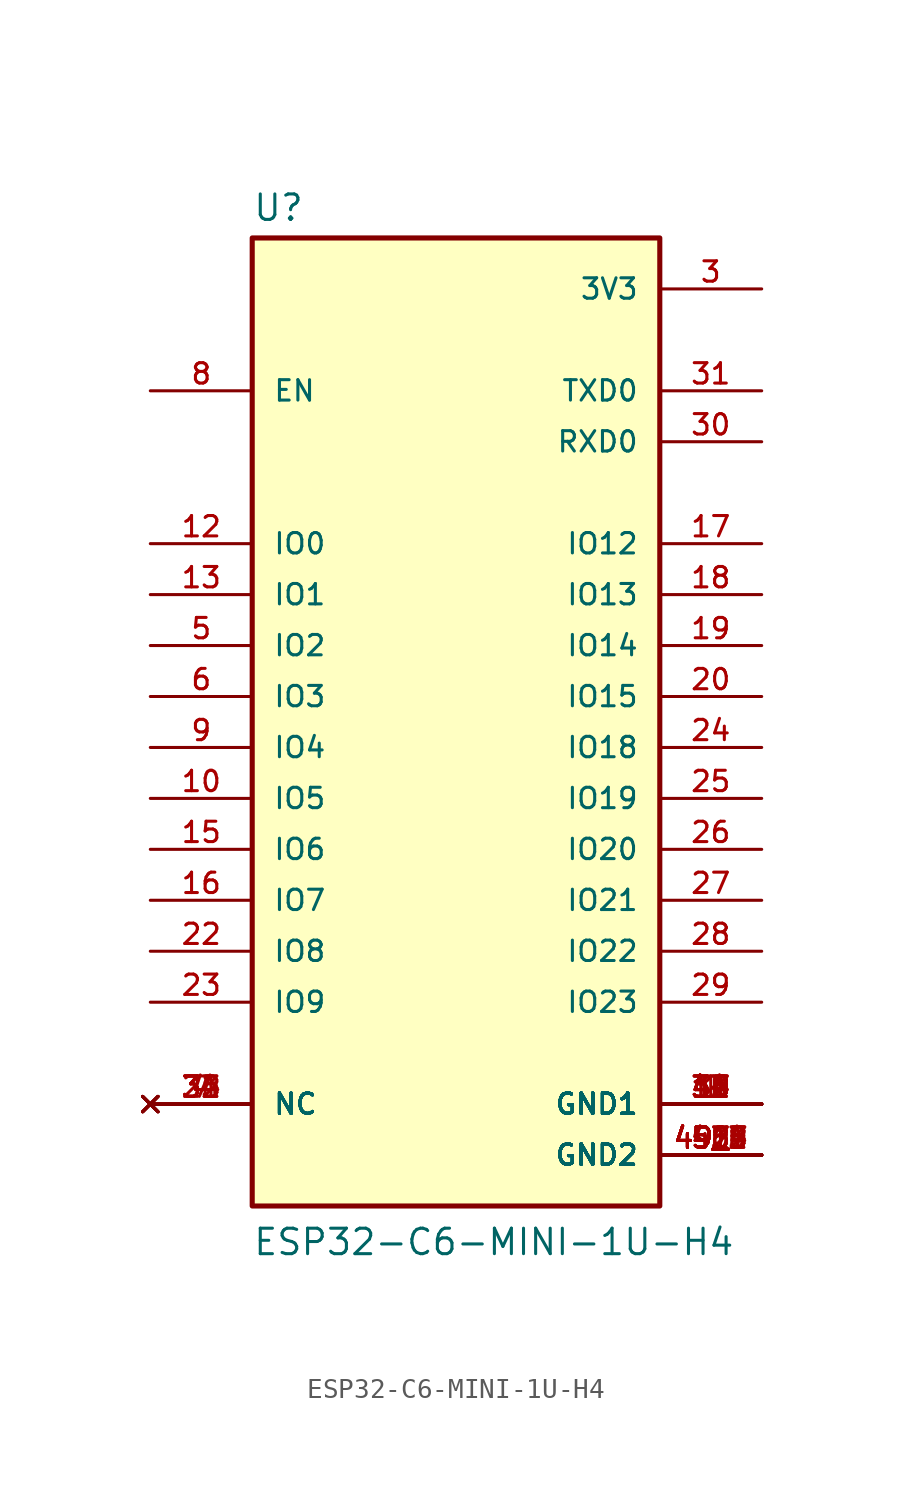
<source format=kicad_sym>
(kicad_symbol_lib
  (version 20211014)
  (generator kicad_symbol_editor)
  (symbol "ESP32-C6-MINI-1U-H4"
    (pin_names
      (offset 1.016))
    (property "Reference" "U"
      (at -10.16 23.622 0)
      (effects (font (size 1.27 1.27)) (justify bottom left)))
    (property "Value" "ESP32-C6-MINI-1U-H4"
      (at -10.16 -27.94 0)
      (effects (font (size 1.27 1.27)) (justify bottom left)))
    (symbol "ESP32-C6-MINI-1U-H4_0_0"
      (rectangle (start -10.16 -25.4) (end 10.16 22.86) (stroke (width 0.254)) (fill (type background)))
      (pin bidirectional line (at -15.24 2.54 0) (length 5.08) (name "IO2" (effects (font (size 1.016 1.016)))) (number "5" (effects (font (size 1.016 1.016)))))
      (pin bidirectional line (at -15.24 0.0 0) (length 5.08) (name "IO3" (effects (font (size 1.016 1.016)))) (number "6" (effects (font (size 1.016 1.016)))))
      (pin bidirectional line (at -15.24 -2.54 0) (length 5.08) (name "IO4" (effects (font (size 1.016 1.016)))) (number "9" (effects (font (size 1.016 1.016)))))
      (pin bidirectional line (at -15.24 -5.08 0) (length 5.08) (name "IO5" (effects (font (size 1.016 1.016)))) (number "10" (effects (font (size 1.016 1.016)))))
      (pin bidirectional line (at -15.24 -7.62 0) (length 5.08) (name "IO6" (effects (font (size 1.016 1.016)))) (number "15" (effects (font (size 1.016 1.016)))))
      (pin bidirectional line (at -15.24 -10.16 0) (length 5.08) (name "IO7" (effects (font (size 1.016 1.016)))) (number "16" (effects (font (size 1.016 1.016)))))
      (pin bidirectional line (at -15.24 -12.7 0) (length 5.08) (name "IO8" (effects (font (size 1.016 1.016)))) (number "22" (effects (font (size 1.016 1.016)))))
      (pin bidirectional line (at -15.24 -15.24 0) (length 5.08) (name "IO9" (effects (font (size 1.016 1.016)))) (number "23" (effects (font (size 1.016 1.016)))))
      (pin bidirectional line (at 15.24 7.62 180.0) (length 5.08) (name "IO12" (effects (font (size 1.016 1.016)))) (number "17" (effects (font (size 1.016 1.016)))))
      (pin bidirectional line (at 15.24 5.08 180.0) (length 5.08) (name "IO13" (effects (font (size 1.016 1.016)))) (number "18" (effects (font (size 1.016 1.016)))))
      (pin bidirectional line (at 15.24 2.54 180.0) (length 5.08) (name "IO14" (effects (font (size 1.016 1.016)))) (number "19" (effects (font (size 1.016 1.016)))))
      (pin bidirectional line (at 15.24 0.0 180.0) (length 5.08) (name "IO15" (effects (font (size 1.016 1.016)))) (number "20" (effects (font (size 1.016 1.016)))))
      (pin bidirectional line (at 15.24 -2.54 180.0) (length 5.08) (name "IO18" (effects (font (size 1.016 1.016)))) (number "24" (effects (font (size 1.016 1.016)))))
      (pin bidirectional line (at 15.24 -5.08 180.0) (length 5.08) (name "IO19" (effects (font (size 1.016 1.016)))) (number "25" (effects (font (size 1.016 1.016)))))
      (pin bidirectional line (at 15.24 -7.62 180.0) (length 5.08) (name "IO20" (effects (font (size 1.016 1.016)))) (number "26" (effects (font (size 1.016 1.016)))))
      (pin bidirectional line (at 15.24 -10.16 180.0) (length 5.08) (name "IO21" (effects (font (size 1.016 1.016)))) (number "27" (effects (font (size 1.016 1.016)))))
      (pin bidirectional line (at 15.24 -12.7 180.0) (length 5.08) (name "IO22" (effects (font (size 1.016 1.016)))) (number "28" (effects (font (size 1.016 1.016)))))
      (pin bidirectional line (at 15.24 -15.24 180.0) (length 5.08) (name "IO23" (effects (font (size 1.016 1.016)))) (number "29" (effects (font (size 1.016 1.016)))))
      (pin input line (at -15.24 15.24 0) (length 5.08) (name "EN" (effects (font (size 1.016 1.016)))) (number "8" (effects (font (size 1.016 1.016)))))
      (pin bidirectional line (at 15.24 15.24 180.0) (length 5.08) (name "TXD0" (effects (font (size 1.016 1.016)))) (number "31" (effects (font (size 1.016 1.016)))))
      (pin bidirectional line (at 15.24 12.7 180.0) (length 5.08) (name "RXD0" (effects (font (size 1.016 1.016)))) (number "30" (effects (font (size 1.016 1.016)))))
      (pin power_in line (at 15.24 20.32 180.0) (length 5.08) (name "3V3" (effects (font (size 1.016 1.016)))) (number "3" (effects (font (size 1.016 1.016)))))
      (pin power_in line (at 15.24 -20.32 180.0) (length 5.08) (name "GND1" (effects (font (size 1.016 1.016)))) (number "1" (effects (font (size 1.016 1.016)))))
      (pin power_in line (at 15.24 -20.32 180.0) (length 5.08) (name "GND1" (effects (font (size 1.016 1.016)))) (number "2" (effects (font (size 1.016 1.016)))))
      (pin power_in line (at 15.24 -20.32 180.0) (length 5.08) (name "GND1" (effects (font (size 1.016 1.016)))) (number "11" (effects (font (size 1.016 1.016)))))
      (pin power_in line (at 15.24 -20.32 180.0) (length 5.08) (name "GND1" (effects (font (size 1.016 1.016)))) (number "14" (effects (font (size 1.016 1.016)))))
      (pin power_in line (at 15.24 -20.32 180.0) (length 5.08) (name "GND1" (effects (font (size 1.016 1.016)))) (number "36" (effects (font (size 1.016 1.016)))))
      (pin power_in line (at 15.24 -20.32 180.0) (length 5.08) (name "GND1" (effects (font (size 1.016 1.016)))) (number "37" (effects (font (size 1.016 1.016)))))
      (pin power_in line (at 15.24 -20.32 180.0) (length 5.08) (name "GND1" (effects (font (size 1.016 1.016)))) (number "38" (effects (font (size 1.016 1.016)))))
      (pin power_in line (at 15.24 -20.32 180.0) (length 5.08) (name "GND1" (effects (font (size 1.016 1.016)))) (number "39" (effects (font (size 1.016 1.016)))))
      (pin power_in line (at 15.24 -20.32 180.0) (length 5.08) (name "GND1" (effects (font (size 1.016 1.016)))) (number "40" (effects (font (size 1.016 1.016)))))
      (pin power_in line (at 15.24 -20.32 180.0) (length 5.08) (name "GND1" (effects (font (size 1.016 1.016)))) (number "41" (effects (font (size 1.016 1.016)))))
      (pin power_in line (at 15.24 -20.32 180.0) (length 5.08) (name "GND1" (effects (font (size 1.016 1.016)))) (number "42" (effects (font (size 1.016 1.016)))))
      (pin power_in line (at 15.24 -20.32 180.0) (length 5.08) (name "GND1" (effects (font (size 1.016 1.016)))) (number "43" (effects (font (size 1.016 1.016)))))
      (pin power_in line (at 15.24 -20.32 180.0) (length 5.08) (name "GND1" (effects (font (size 1.016 1.016)))) (number "44" (effects (font (size 1.016 1.016)))))
      (pin power_in line (at 15.24 -20.32 180.0) (length 5.08) (name "GND1" (effects (font (size 1.016 1.016)))) (number "45" (effects (font (size 1.016 1.016)))))
      (pin power_in line (at 15.24 -20.32 180.0) (length 5.08) (name "GND1" (effects (font (size 1.016 1.016)))) (number "46" (effects (font (size 1.016 1.016)))))
      (pin no_connect line (at -15.24 -20.32 0) (length 5.08) (name "NC" (effects (font (size 1.016 1.016)))) (number "4" (effects (font (size 1.016 1.016)))))
      (pin no_connect line (at -15.24 -20.32 0) (length 5.08) (name "NC" (effects (font (size 1.016 1.016)))) (number "7" (effects (font (size 1.016 1.016)))))
      (pin no_connect line (at -15.24 -20.32 0) (length 5.08) (name "NC" (effects (font (size 1.016 1.016)))) (number "21" (effects (font (size 1.016 1.016)))))
      (pin no_connect line (at -15.24 -20.32 0) (length 5.08) (name "NC" (effects (font (size 1.016 1.016)))) (number "32" (effects (font (size 1.016 1.016)))))
      (pin no_connect line (at -15.24 -20.32 0) (length 5.08) (name "NC" (effects (font (size 1.016 1.016)))) (number "33" (effects (font (size 1.016 1.016)))))
      (pin no_connect line (at -15.24 -20.32 0) (length 5.08) (name "NC" (effects (font (size 1.016 1.016)))) (number "34" (effects (font (size 1.016 1.016)))))
      (pin no_connect line (at -15.24 -20.32 0) (length 5.08) (name "NC" (effects (font (size 1.016 1.016)))) (number "35" (effects (font (size 1.016 1.016)))))
      (pin bidirectional line (at -15.24 5.08 0) (length 5.08) (name "IO1" (effects (font (size 1.016 1.016)))) (number "13" (effects (font (size 1.016 1.016)))))
      (pin bidirectional line (at -15.24 7.62 0) (length 5.08) (name "IO0" (effects (font (size 1.016 1.016)))) (number "12" (effects (font (size 1.016 1.016)))))
      (pin power_in line (at 15.24 -22.86 180.0) (length 5.08) (name "GND2" (effects (font (size 1.016 1.016)))) (number "47" (effects (font (size 1.016 1.016)))))
      (pin power_in line (at 15.24 -22.86 180.0) (length 5.08) (name "GND2" (effects (font (size 1.016 1.016)))) (number "48" (effects (font (size 1.016 1.016)))))
      (pin power_in line (at 15.24 -22.86 180.0) (length 5.08) (name "GND2" (effects (font (size 1.016 1.016)))) (number "49_1" (effects (font (size 1.016 1.016)))))
      (pin power_in line (at 15.24 -22.86 180.0) (length 5.08) (name "GND2" (effects (font (size 1.016 1.016)))) (number "49_2" (effects (font (size 1.016 1.016)))))
      (pin power_in line (at 15.24 -22.86 180.0) (length 5.08) (name "GND2" (effects (font (size 1.016 1.016)))) (number "49_3" (effects (font (size 1.016 1.016)))))
      (pin power_in line (at 15.24 -22.86 180.0) (length 5.08) (name "GND2" (effects (font (size 1.016 1.016)))) (number "49_4" (effects (font (size 1.016 1.016)))))
      (pin power_in line (at 15.24 -22.86 180.0) (length 5.08) (name "GND2" (effects (font (size 1.016 1.016)))) (number "49_5" (effects (font (size 1.016 1.016)))))
      (pin power_in line (at 15.24 -22.86 180.0) (length 5.08) (name "GND2" (effects (font (size 1.016 1.016)))) (number "49_6" (effects (font (size 1.016 1.016)))))
      (pin power_in line (at 15.24 -22.86 180.0) (length 5.08) (name "GND2" (effects (font (size 1.016 1.016)))) (number "49_7" (effects (font (size 1.016 1.016)))))
      (pin power_in line (at 15.24 -22.86 180.0) (length 5.08) (name "GND2" (effects (font (size 1.016 1.016)))) (number "49_8" (effects (font (size 1.016 1.016)))))
      (pin power_in line (at 15.24 -22.86 180.0) (length 5.08) (name "GND2" (effects (font (size 1.016 1.016)))) (number "49_9" (effects (font (size 1.016 1.016)))))
      (pin power_in line (at 15.24 -22.86 180.0) (length 5.08) (name "GND2" (effects (font (size 1.016 1.016)))) (number "50" (effects (font (size 1.016 1.016)))))
      (pin power_in line (at 15.24 -22.86 180.0) (length 5.08) (name "GND2" (effects (font (size 1.016 1.016)))) (number "51" (effects (font (size 1.016 1.016)))))
      (pin power_in line (at 15.24 -22.86 180.0) (length 5.08) (name "GND2" (effects (font (size 1.016 1.016)))) (number "52" (effects (font (size 1.016 1.016)))))
      (pin power_in line (at 15.24 -22.86 180.0) (length 5.08) (name "GND2" (effects (font (size 1.016 1.016)))) (number "53" (effects (font (size 1.016 1.016))))))))
</source>
